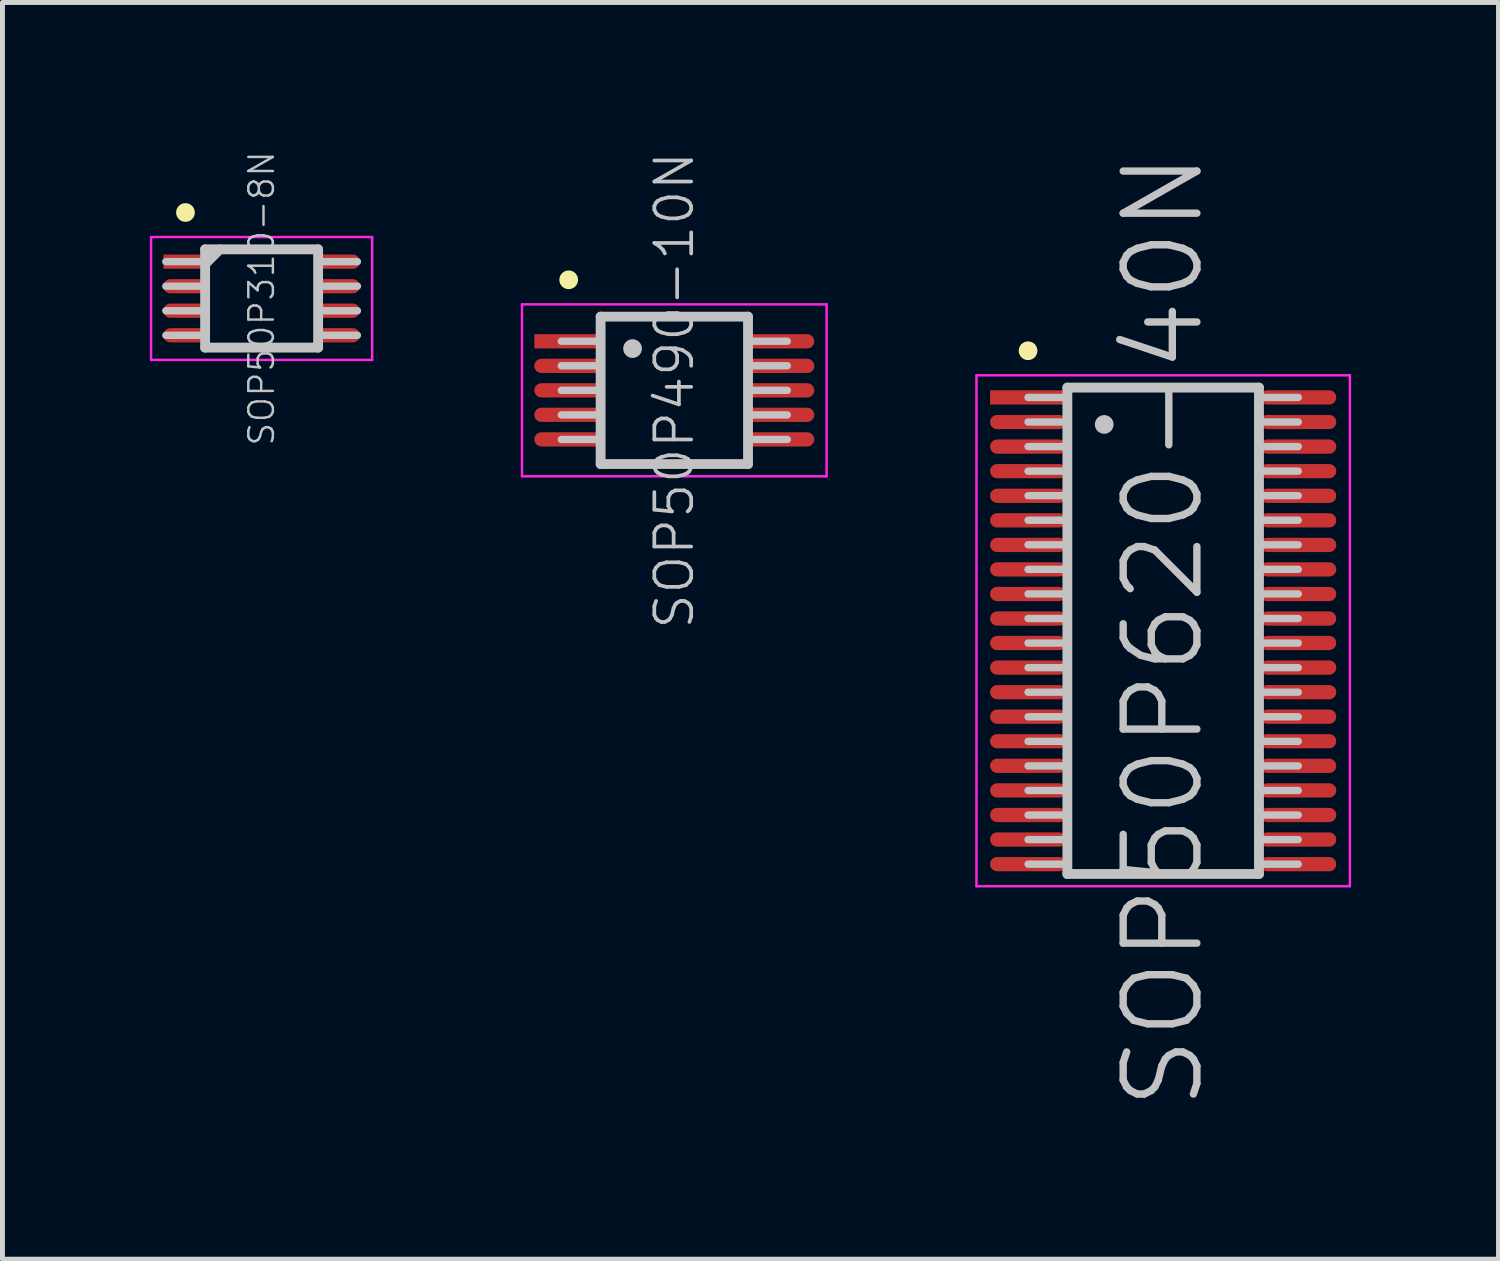
<source format=kicad_pcb>
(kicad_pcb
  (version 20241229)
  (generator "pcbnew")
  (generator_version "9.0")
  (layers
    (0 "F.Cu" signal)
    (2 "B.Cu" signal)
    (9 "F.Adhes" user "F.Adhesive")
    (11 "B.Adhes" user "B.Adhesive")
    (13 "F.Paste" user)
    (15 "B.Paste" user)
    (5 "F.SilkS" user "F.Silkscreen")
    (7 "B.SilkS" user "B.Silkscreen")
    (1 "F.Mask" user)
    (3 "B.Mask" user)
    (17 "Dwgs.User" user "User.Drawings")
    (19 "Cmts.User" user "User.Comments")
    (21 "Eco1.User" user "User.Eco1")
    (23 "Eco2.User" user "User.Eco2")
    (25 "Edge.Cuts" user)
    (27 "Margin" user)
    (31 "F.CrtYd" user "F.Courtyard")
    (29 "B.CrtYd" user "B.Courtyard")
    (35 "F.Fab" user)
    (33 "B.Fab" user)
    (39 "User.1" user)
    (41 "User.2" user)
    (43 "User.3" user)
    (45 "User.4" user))
  (footprint "SOP50P490-10N"
    (layer "F.Cu")
    (at 10.675 4.895)
    (property "Reference" "SOP50P490-10N" (at 0 0 90) (layer "Dwgs.User") (effects (font (size 0.75 0.75) (thickness 0.075))))
    (attr smd)
    (fp_line (start -2.15 -2.25) (end -2.15 -2.25) (stroke (width 0.381) (type solid)) (layer "F.SilkS"))
    (fp_line (start -1.5 -1.5) (end -1.5 1.5) (stroke (width 0.2) (type solid)) (layer "Dwgs.User"))
    (fp_line (start -1.5 -1.5) (end 1.5 -1.5) (stroke (width 0.2) (type solid)) (layer "Dwgs.User"))
    (fp_line (start -1.5 -1) (end -2.3 -1) (stroke (width 0.15) (type solid)) (layer "Dwgs.User"))
    (fp_line (start -1.5 -0.5) (end -2.3 -0.5) (stroke (width 0.15) (type solid)) (layer "Dwgs.User"))
    (fp_line (start -1.5 0) (end -2.3 0) (stroke (width 0.15) (type solid)) (layer "Dwgs.User"))
    (fp_line (start -1.5 0.5) (end -2.3 0.5) (stroke (width 0.15) (type solid)) (layer "Dwgs.User"))
    (fp_line (start -1.5 1) (end -2.3 1) (stroke (width 0.15) (type solid)) (layer "Dwgs.User"))
    (fp_line (start -1.5 1.5) (end 1.5 1.5) (stroke (width 0.2) (type solid)) (layer "Dwgs.User"))
    (fp_line (start -0.85 -0.85) (end -0.85 -0.85) (stroke (width 0.381) (type solid)) (layer "Dwgs.User"))
    (fp_line (start 1.5 -1.5) (end 1.5 1.5) (stroke (width 0.2) (type solid)) (layer "Dwgs.User"))
    (fp_line (start 2.3 -1) (end 1.5 -1) (stroke (width 0.15) (type solid)) (layer "Dwgs.User"))
    (fp_line (start 2.3 -0.5) (end 1.5 -0.5) (stroke (width 0.15) (type solid)) (layer "Dwgs.User"))
    (fp_line (start 2.3 0) (end 1.5 0) (stroke (width 0.15) (type solid)) (layer "Dwgs.User"))
    (fp_line (start 2.3 0.5) (end 1.5 0.5) (stroke (width 0.15) (type solid)) (layer "Dwgs.User"))
    (fp_line (start 2.3 1) (end 1.5 1) (stroke (width 0.15) (type solid)) (layer "Dwgs.User"))
    (fp_line (start -3.1 -1.75) (end -3.1 1.75) (stroke (width 0.05) (type solid)) (layer "F.CrtYd"))
    (fp_line (start -3.1 -1.75) (end 3.1 -1.75) (stroke (width 0.05) (type solid)) (layer "F.CrtYd"))
    (fp_line (start -3.1 1.75) (end 3.1 1.75) (stroke (width 0.05) (type solid)) (layer "F.CrtYd"))
    (fp_line (start 3.1 -1.75) (end 3.1 1.75) (stroke (width 0.05) (type solid)) (layer "F.CrtYd"))
    (pad "1" smd rect (at -2.149 -0.998 90) (size 0.29 1.4) (layers "F.Cu" "F.Mask" "F.Paste"))
    (pad "2" smd oval (at -2.149 -0.498 90) (size 0.29 1.4) (layers "F.Cu" "F.Mask" "F.Paste"))
    (pad "3" smd oval (at -2.149 0 90) (size 0.29 1.4) (layers "F.Cu" "F.Mask" "F.Paste"))
    (pad "4" smd oval (at -2.149 0.498 90) (size 0.29 1.4) (layers "F.Cu" "F.Mask" "F.Paste"))
    (pad "5" smd oval (at -2.149 0.998 90) (size 0.29 1.4) (layers "F.Cu" "F.Mask" "F.Paste"))
    (pad "6" smd oval (at 2.149 0.998 270) (size 0.29 1.4) (layers "F.Cu" "F.Mask" "F.Paste"))
    (pad "7" smd oval (at 2.149 0.498 270) (size 0.29 1.4) (layers "F.Cu" "F.Mask" "F.Paste"))
    (pad "8" smd oval (at 2.149 0 270) (size 0.29 1.4) (layers "F.Cu" "F.Mask" "F.Paste"))
    (pad "9" smd oval (at 2.149 -0.498 270) (size 0.29 1.4) (layers "F.Cu" "F.Mask" "F.Paste"))
    (pad "10" smd oval (at 2.149 -0.998 270) (size 0.29 1.4) (layers "F.Cu" "F.Mask" "F.Paste")))
  (footprint "SOP50P620-40N"
    (layer "F.Cu")
    (at 20.625 9.789)
    (property "Reference" "SOP50P620-40N" (at 0 0 90) (layer "Dwgs.User") (effects (font (size 1.5 1.5) (thickness 0.15))))
    (attr smd)
    (fp_line (start -2.75 -5.7) (end -2.75 -5.7) (stroke (width 0.381) (type solid)) (layer "F.SilkS"))
    (fp_line (start -1.95 -4.95) (end -1.95 4.95) (stroke (width 0.2) (type solid)) (layer "Dwgs.User"))
    (fp_line (start -1.95 -4.95) (end 1.95 -4.95) (stroke (width 0.2) (type solid)) (layer "Dwgs.User"))
    (fp_line (start -1.95 -4.75) (end -2.75 -4.75) (stroke (width 0.15) (type solid)) (layer "Dwgs.User"))
    (fp_line (start -1.95 -4.25) (end -2.75 -4.25) (stroke (width 0.15) (type solid)) (layer "Dwgs.User"))
    (fp_line (start -1.95 -3.75) (end -2.75 -3.75) (stroke (width 0.15) (type solid)) (layer "Dwgs.User"))
    (fp_line (start -1.95 -3.25) (end -2.75 -3.25) (stroke (width 0.15) (type solid)) (layer "Dwgs.User"))
    (fp_line (start -1.95 -2.75) (end -2.75 -2.75) (stroke (width 0.15) (type solid)) (layer "Dwgs.User"))
    (fp_line (start -1.95 -2.25) (end -2.75 -2.25) (stroke (width 0.15) (type solid)) (layer "Dwgs.User"))
    (fp_line (start -1.95 -1.75) (end -2.75 -1.75) (stroke (width 0.15) (type solid)) (layer "Dwgs.User"))
    (fp_line (start -1.95 -1.25) (end -2.75 -1.25) (stroke (width 0.15) (type solid)) (layer "Dwgs.User"))
    (fp_line (start -1.95 -0.75) (end -2.75 -0.75) (stroke (width 0.15) (type solid)) (layer "Dwgs.User"))
    (fp_line (start -1.95 -0.25) (end -2.75 -0.25) (stroke (width 0.15) (type solid)) (layer "Dwgs.User"))
    (fp_line (start -1.95 0.25) (end -2.75 0.25) (stroke (width 0.15) (type solid)) (layer "Dwgs.User"))
    (fp_line (start -1.95 0.75) (end -2.75 0.75) (stroke (width 0.15) (type solid)) (layer "Dwgs.User"))
    (fp_line (start -1.95 1.25) (end -2.75 1.25) (stroke (width 0.15) (type solid)) (layer "Dwgs.User"))
    (fp_line (start -1.95 1.75) (end -2.75 1.75) (stroke (width 0.15) (type solid)) (layer "Dwgs.User"))
    (fp_line (start -1.95 2.25) (end -2.75 2.25) (stroke (width 0.15) (type solid)) (layer "Dwgs.User"))
    (fp_line (start -1.95 2.75) (end -2.75 2.75) (stroke (width 0.15) (type solid)) (layer "Dwgs.User"))
    (fp_line (start -1.95 3.25) (end -2.75 3.25) (stroke (width 0.15) (type solid)) (layer "Dwgs.User"))
    (fp_line (start -1.95 3.75) (end -2.75 3.75) (stroke (width 0.15) (type solid)) (layer "Dwgs.User"))
    (fp_line (start -1.95 4.25) (end -2.75 4.25) (stroke (width 0.15) (type solid)) (layer "Dwgs.User"))
    (fp_line (start -1.95 4.75) (end -2.75 4.75) (stroke (width 0.15) (type solid)) (layer "Dwgs.User"))
    (fp_line (start -1.95 4.95) (end 1.95 4.95) (stroke (width 0.2) (type solid)) (layer "Dwgs.User"))
    (fp_line (start -1.2 -4.2) (end -1.2 -4.2) (stroke (width 0.381) (type solid)) (layer "Dwgs.User"))
    (fp_line (start 1.95 -4.95) (end 1.95 4.95) (stroke (width 0.2) (type solid)) (layer "Dwgs.User"))
    (fp_line (start 2.75 -4.75) (end 1.95 -4.75) (stroke (width 0.15) (type solid)) (layer "Dwgs.User"))
    (fp_line (start 2.75 -4.25) (end 1.95 -4.25) (stroke (width 0.15) (type solid)) (layer "Dwgs.User"))
    (fp_line (start 2.75 -3.75) (end 1.95 -3.75) (stroke (width 0.15) (type solid)) (layer "Dwgs.User"))
    (fp_line (start 2.75 -3.25) (end 1.95 -3.25) (stroke (width 0.15) (type solid)) (layer "Dwgs.User"))
    (fp_line (start 2.75 -2.75) (end 1.95 -2.75) (stroke (width 0.15) (type solid)) (layer "Dwgs.User"))
    (fp_line (start 2.75 -2.25) (end 1.95 -2.25) (stroke (width 0.15) (type solid)) (layer "Dwgs.User"))
    (fp_line (start 2.75 -1.75) (end 1.95 -1.75) (stroke (width 0.15) (type solid)) (layer "Dwgs.User"))
    (fp_line (start 2.75 -1.25) (end 1.95 -1.25) (stroke (width 0.15) (type solid)) (layer "Dwgs.User"))
    (fp_line (start 2.75 -0.75) (end 1.95 -0.75) (stroke (width 0.15) (type solid)) (layer "Dwgs.User"))
    (fp_line (start 2.75 -0.25) (end 1.95 -0.25) (stroke (width 0.15) (type solid)) (layer "Dwgs.User"))
    (fp_line (start 2.75 0.25) (end 1.95 0.25) (stroke (width 0.15) (type solid)) (layer "Dwgs.User"))
    (fp_line (start 2.75 0.75) (end 1.95 0.75) (stroke (width 0.15) (type solid)) (layer "Dwgs.User"))
    (fp_line (start 2.75 1.25) (end 1.95 1.25) (stroke (width 0.15) (type solid)) (layer "Dwgs.User"))
    (fp_line (start 2.75 1.75) (end 1.95 1.75) (stroke (width 0.15) (type solid)) (layer "Dwgs.User"))
    (fp_line (start 2.75 2.25) (end 1.95 2.25) (stroke (width 0.15) (type solid)) (layer "Dwgs.User"))
    (fp_line (start 2.75 2.75) (end 1.95 2.75) (stroke (width 0.15) (type solid)) (layer "Dwgs.User"))
    (fp_line (start 2.75 3.25) (end 1.95 3.25) (stroke (width 0.15) (type solid)) (layer "Dwgs.User"))
    (fp_line (start 2.75 3.75) (end 1.95 3.75) (stroke (width 0.15) (type solid)) (layer "Dwgs.User"))
    (fp_line (start 2.75 4.25) (end 1.95 4.25) (stroke (width 0.15) (type solid)) (layer "Dwgs.User"))
    (fp_line (start 2.75 4.75) (end 1.95 4.75) (stroke (width 0.15) (type solid)) (layer "Dwgs.User"))
    (fp_line (start -3.8 -5.2) (end -3.8 5.2) (stroke (width 0.05) (type solid)) (layer "F.CrtYd"))
    (fp_line (start -3.8 -5.2) (end 3.8 -5.2) (stroke (width 0.05) (type solid)) (layer "F.CrtYd"))
    (fp_line (start -3.8 5.2) (end 3.8 5.2) (stroke (width 0.05) (type solid)) (layer "F.CrtYd"))
    (fp_line (start 3.8 -5.2) (end 3.8 5.2) (stroke (width 0.05) (type solid)) (layer "F.CrtYd"))
    (pad "1" smd rect (at -2.748 -4.75 90) (size 0.29 1.55) (layers "F.Cu" "F.Mask" "F.Paste"))
    (pad "2" smd oval (at -2.748 -4.249 90) (size 0.29 1.55) (layers "F.Cu" "F.Mask" "F.Paste"))
    (pad "3" smd oval (at -2.748 -3.749 90) (size 0.29 1.55) (layers "F.Cu" "F.Mask" "F.Paste"))
    (pad "4" smd oval (at -2.748 -3.249 90) (size 0.29 1.55) (layers "F.Cu" "F.Mask" "F.Paste"))
    (pad "5" smd oval (at -2.748 -2.748 90) (size 0.29 1.55) (layers "F.Cu" "F.Mask" "F.Paste"))
    (pad "6" smd oval (at -2.748 -2.248 90) (size 0.29 1.55) (layers "F.Cu" "F.Mask" "F.Paste"))
    (pad "7" smd oval (at -2.748 -1.748 90) (size 0.29 1.55) (layers "F.Cu" "F.Mask" "F.Paste"))
    (pad "8" smd oval (at -2.748 -1.25 90) (size 0.29 1.55) (layers "F.Cu" "F.Mask" "F.Paste"))
    (pad "9" smd oval (at -2.748 -0.749 90) (size 0.29 1.55) (layers "F.Cu" "F.Mask" "F.Paste"))
    (pad "10" smd oval (at -2.748 -0.249 90) (size 0.29 1.55) (layers "F.Cu" "F.Mask" "F.Paste"))
    (pad "11" smd oval (at -2.748 0.249 90) (size 0.29 1.55) (layers "F.Cu" "F.Mask" "F.Paste"))
    (pad "12" smd oval (at -2.748 0.749 90) (size 0.29 1.55) (layers "F.Cu" "F.Mask" "F.Paste"))
    (pad "13" smd oval (at -2.748 1.25 90) (size 0.29 1.55) (layers "F.Cu" "F.Mask" "F.Paste"))
    (pad "14" smd oval (at -2.748 1.748 90) (size 0.29 1.55) (layers "F.Cu" "F.Mask" "F.Paste"))
    (pad "15" smd oval (at -2.748 2.248 90) (size 0.29 1.55) (layers "F.Cu" "F.Mask" "F.Paste"))
    (pad "16" smd oval (at -2.748 2.748 90) (size 0.29 1.55) (layers "F.Cu" "F.Mask" "F.Paste"))
    (pad "17" smd oval (at -2.748 3.249 90) (size 0.29 1.55) (layers "F.Cu" "F.Mask" "F.Paste"))
    (pad "18" smd oval (at -2.748 3.749 90) (size 0.29 1.55) (layers "F.Cu" "F.Mask" "F.Paste"))
    (pad "19" smd oval (at -2.748 4.249 90) (size 0.29 1.55) (layers "F.Cu" "F.Mask" "F.Paste"))
    (pad "20" smd oval (at -2.748 4.75 90) (size 0.29 1.55) (layers "F.Cu" "F.Mask" "F.Paste"))
    (pad "21" smd oval (at 2.748 4.75 270) (size 0.29 1.55) (layers "F.Cu" "F.Mask" "F.Paste"))
    (pad "22" smd oval (at 2.748 4.249 270) (size 0.29 1.55) (layers "F.Cu" "F.Mask" "F.Paste"))
    (pad "23" smd oval (at 2.748 3.749 270) (size 0.29 1.55) (layers "F.Cu" "F.Mask" "F.Paste"))
    (pad "24" smd oval (at 2.748 3.249 270) (size 0.29 1.55) (layers "F.Cu" "F.Mask" "F.Paste"))
    (pad "25" smd oval (at 2.748 2.748 270) (size 0.29 1.55) (layers "F.Cu" "F.Mask" "F.Paste"))
    (pad "26" smd oval (at 2.748 2.248 270) (size 0.29 1.55) (layers "F.Cu" "F.Mask" "F.Paste"))
    (pad "27" smd oval (at 2.748 1.748 270) (size 0.29 1.55) (layers "F.Cu" "F.Mask" "F.Paste"))
    (pad "28" smd oval (at 2.748 1.25 270) (size 0.29 1.55) (layers "F.Cu" "F.Mask" "F.Paste"))
    (pad "29" smd oval (at 2.748 0.749 270) (size 0.29 1.55) (layers "F.Cu" "F.Mask" "F.Paste"))
    (pad "30" smd oval (at 2.748 0.249 270) (size 0.29 1.55) (layers "F.Cu" "F.Mask" "F.Paste"))
    (pad "31" smd oval (at 2.748 -0.249 270) (size 0.29 1.55) (layers "F.Cu" "F.Mask" "F.Paste"))
    (pad "32" smd oval (at 2.748 -0.749 270) (size 0.29 1.55) (layers "F.Cu" "F.Mask" "F.Paste"))
    (pad "33" smd oval (at 2.748 -1.25 270) (size 0.29 1.55) (layers "F.Cu" "F.Mask" "F.Paste"))
    (pad "34" smd oval (at 2.748 -1.748 270) (size 0.29 1.55) (layers "F.Cu" "F.Mask" "F.Paste"))
    (pad "35" smd oval (at 2.748 -2.248 270) (size 0.29 1.55) (layers "F.Cu" "F.Mask" "F.Paste"))
    (pad "36" smd oval (at 2.748 -2.748 270) (size 0.29 1.55) (layers "F.Cu" "F.Mask" "F.Paste"))
    (pad "37" smd oval (at 2.748 -3.249 270) (size 0.29 1.55) (layers "F.Cu" "F.Mask" "F.Paste"))
    (pad "38" smd oval (at 2.748 -3.749 270) (size 0.29 1.55) (layers "F.Cu" "F.Mask" "F.Paste"))
    (pad "39" smd oval (at 2.748 -4.249 270) (size 0.29 1.55) (layers "F.Cu" "F.Mask" "F.Paste"))
    (pad "40" smd oval (at 2.748 -4.75 270) (size 0.29 1.55) (layers "F.Cu" "F.Mask" "F.Paste")))
  (footprint "SOP50P310-8N"
    (layer "F.Cu")
    (at 2.275 3.025)
    (property "Reference" "SOP50P310-8N" (at 0 0 90) (layer "Dwgs.User") (effects (font (size 0.5 0.5) (thickness 0.05))))
    (attr smd)
    (fp_line (start -1.55 -1.75) (end -1.55 -1.75) (stroke (width 0.381) (type solid)) (layer "F.SilkS"))
    (fp_line (start -1.15 -1) (end -1.15 1) (stroke (width 0.2) (type solid)) (layer "Dwgs.User"))
    (fp_line (start -1.15 -1) (end 1.15 -1) (stroke (width 0.2) (type solid)) (layer "Dwgs.User"))
    (fp_line (start -1.15 -0.75) (end -1.95 -0.75) (stroke (width 0.15) (type solid)) (layer "Dwgs.User"))
    (fp_line (start -1.15 -0.7) (end -0.85 -1) (stroke (width 0.2) (type solid)) (layer "Dwgs.User"))
    (fp_line (start -1.15 -0.25) (end -1.95 -0.25) (stroke (width 0.15) (type solid)) (layer "Dwgs.User"))
    (fp_line (start -1.15 0.25) (end -1.95 0.25) (stroke (width 0.15) (type solid)) (layer "Dwgs.User"))
    (fp_line (start -1.15 0.75) (end -1.95 0.75) (stroke (width 0.15) (type solid)) (layer "Dwgs.User"))
    (fp_line (start -1.15 1) (end 1.15 1) (stroke (width 0.2) (type solid)) (layer "Dwgs.User"))
    (fp_line (start 1.15 -1) (end 1.15 1) (stroke (width 0.2) (type solid)) (layer "Dwgs.User"))
    (fp_line (start 1.95 -0.75) (end 1.15 -0.75) (stroke (width 0.15) (type solid)) (layer "Dwgs.User"))
    (fp_line (start 1.95 -0.25) (end 1.15 -0.25) (stroke (width 0.15) (type solid)) (layer "Dwgs.User"))
    (fp_line (start 1.95 0.25) (end 1.15 0.25) (stroke (width 0.15) (type solid)) (layer "Dwgs.User"))
    (fp_line (start 1.95 0.75) (end 1.15 0.75) (stroke (width 0.15) (type solid)) (layer "Dwgs.User"))
    (fp_line (start -2.25 -1.25) (end -2.25 1.25) (stroke (width 0.05) (type solid)) (layer "F.CrtYd"))
    (fp_line (start -2.25 -1.25) (end 2.25 -1.25) (stroke (width 0.05) (type solid)) (layer "F.CrtYd"))
    (fp_line (start -2.25 1.25) (end 2.25 1.25) (stroke (width 0.05) (type solid)) (layer "F.CrtYd"))
    (fp_line (start 2.25 -1.25) (end 2.25 1.25) (stroke (width 0.05) (type solid)) (layer "F.CrtYd"))
    (pad "1" smd rect (at -1.549 -0.749 90) (size 0.29 0.9) (layers "F.Cu" "F.Mask" "F.Paste"))
    (pad "2" smd oval (at -1.549 -0.249 90) (size 0.29 0.9) (layers "F.Cu" "F.Mask" "F.Paste"))
    (pad "3" smd oval (at -1.549 0.249 90) (size 0.29 0.9) (layers "F.Cu" "F.Mask" "F.Paste"))
    (pad "4" smd oval (at -1.549 0.749 90) (size 0.29 0.9) (layers "F.Cu" "F.Mask" "F.Paste"))
    (pad "5" smd oval (at 1.549 0.749 270) (size 0.29 0.9) (layers "F.Cu" "F.Mask" "F.Paste"))
    (pad "6" smd oval (at 1.549 0.249 270) (size 0.29 0.9) (layers "F.Cu" "F.Mask" "F.Paste"))
    (pad "7" smd oval (at 1.549 -0.249 270) (size 0.29 0.9) (layers "F.Cu" "F.Mask" "F.Paste"))
    (pad "8" smd oval (at 1.549 -0.749 270) (size 0.29 0.9) (layers "F.Cu" "F.Mask" "F.Paste")))
  (gr_rect
    (start -3 -3)
    (end 27.45 22.579)
    (stroke (width 0.1) (type default))
    (fill no)
    (layer "Edge.Cuts")))
</source>
